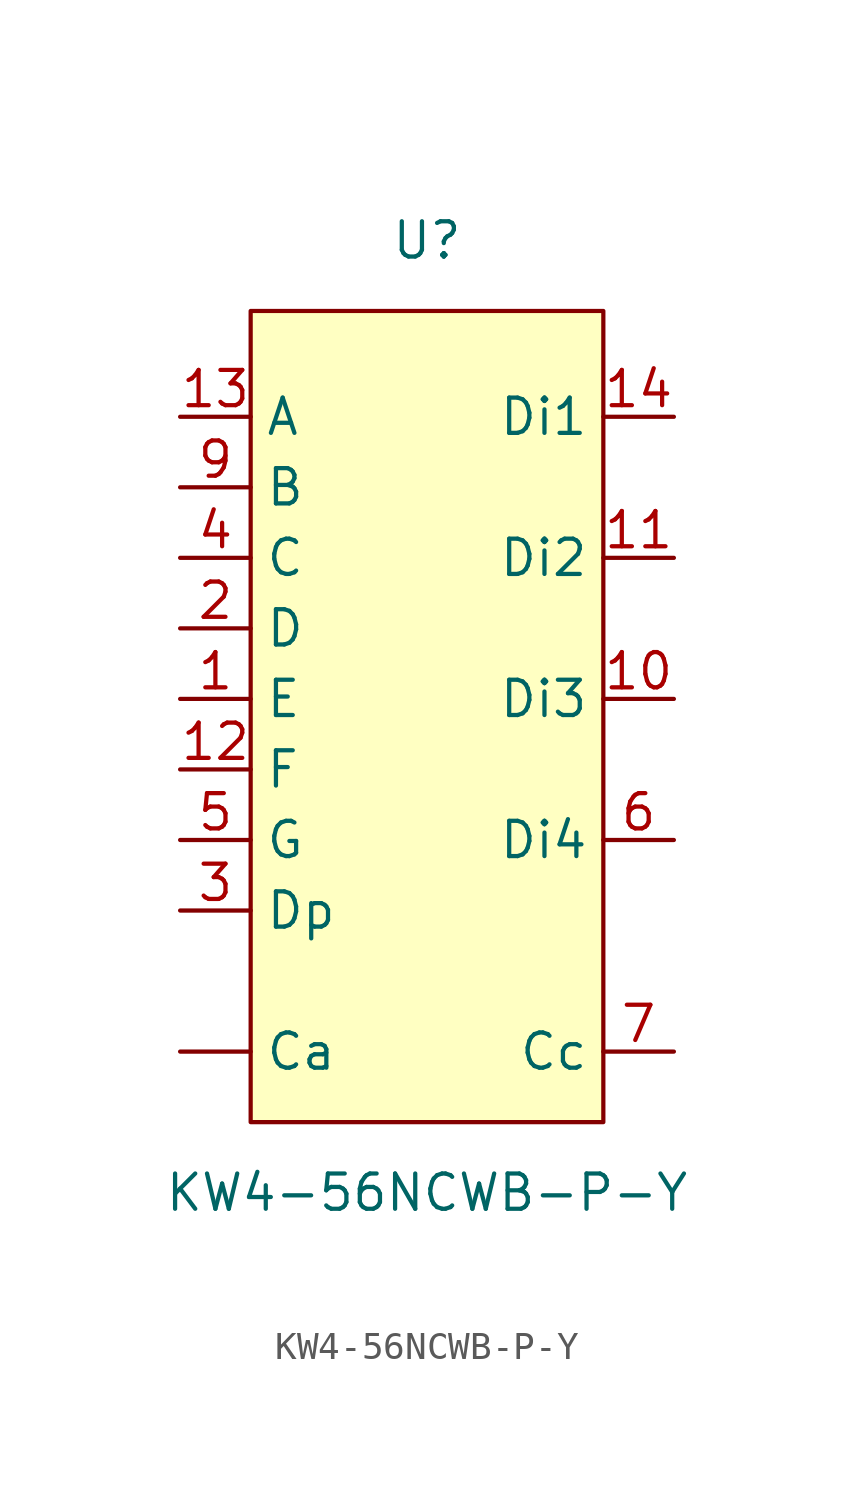
<source format=kicad_sym>
(kicad_symbol_lib
  (version 20211014)
  (generator kicad_symbol_editor)
  (symbol "KW4-56NCWB-P-Y"
    (property "Reference" "U"
      (at 0 0 0)
      (effects (font (size 1.27 1.27))))
    (property "Value" "KW4-56NCWB-P-Y"
      (at 0 -34.29 0)
      (effects (font (size 1.27 1.27))))
    (symbol "KW4-56NCWB-P-Y_0_1"
      (rectangle (start -6.35 -2.54) (end 6.35 -31.75) (stroke (width 0.152) (type default) (color 0 0 0 0)) (fill (type background))))
    (symbol "KW4-56NCWB-P-Y_1_1"
      (pin input line (at -8.89 -29.21 0) (length 2.54) (name "Ca" (effects (font (size 1.27 1.27)))) (number "" (effects (font (size 1.27 1.27)))))
      (pin input line (at -8.89 -16.51 0) (length 2.54) (name "E" (effects (font (size 1.27 1.27)))) (number "1" (effects (font (size 1.27 1.27)))))
      (pin input line (at 8.89 -16.51 180) (length 2.54) (name "Di3" (effects (font (size 1.27 1.27)))) (number "10" (effects (font (size 1.27 1.27)))))
      (pin input line (at 8.89 -11.43 180) (length 2.54) (name "Di2" (effects (font (size 1.27 1.27)))) (number "11" (effects (font (size 1.27 1.27)))))
      (pin input line (at -8.89 -19.05 0) (length 2.54) (name "F" (effects (font (size 1.27 1.27)))) (number "12" (effects (font (size 1.27 1.27)))))
      (pin input line (at -8.89 -6.35 0) (length 2.54) (name "A" (effects (font (size 1.27 1.27)))) (number "13" (effects (font (size 1.27 1.27)))))
      (pin input line (at 8.89 -6.35 180) (length 2.54) (name "Di1" (effects (font (size 1.27 1.27)))) (number "14" (effects (font (size 1.27 1.27)))))
      (pin input line (at -8.89 -13.97 0) (length 2.54) (name "D" (effects (font (size 1.27 1.27)))) (number "2" (effects (font (size 1.27 1.27)))))
      (pin input line (at -8.89 -24.13 0) (length 2.54) (name "Dp" (effects (font (size 1.27 1.27)))) (number "3" (effects (font (size 1.27 1.27)))))
      (pin input line (at -8.89 -11.43 0) (length 2.54) (name "C" (effects (font (size 1.27 1.27)))) (number "4" (effects (font (size 1.27 1.27)))))
      (pin input line (at -8.89 -21.59 0) (length 2.54) (name "G" (effects (font (size 1.27 1.27)))) (number "5" (effects (font (size 1.27 1.27)))))
      (pin input line (at 8.89 -21.59 180) (length 2.54) (name "Di4" (effects (font (size 1.27 1.27)))) (number "6" (effects (font (size 1.27 1.27)))))
      (pin input line (at 8.89 -29.21 180) (length 2.54) (name "Cc" (effects (font (size 1.27 1.27)))) (number "7" (effects (font (size 1.27 1.27)))))
      (pin input line (at -8.89 -8.89 0) (length 2.54) (name "B" (effects (font (size 1.27 1.27)))) (number "9" (effects (font (size 1.27 1.27))))))))
</source>
